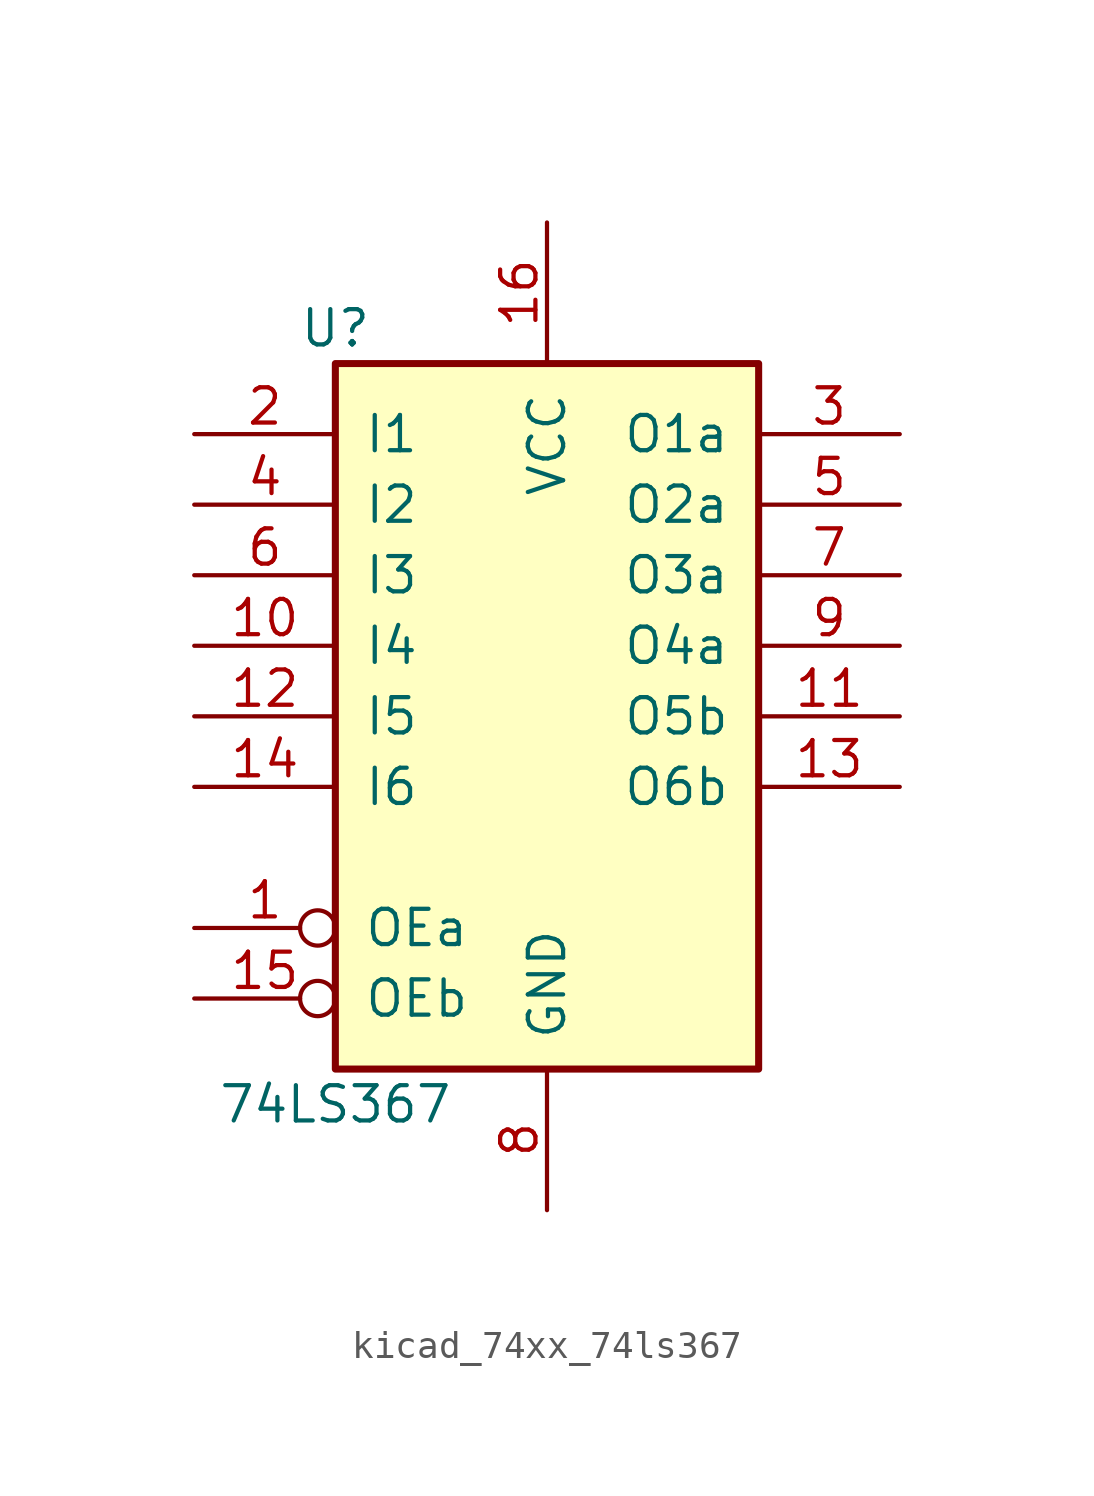
<source format=kicad_sym>
(kicad_symbol_lib
  (version 20220914)
  (generator kicad_symbol_editor)
  (symbol "kicad_74xx_74ls367"
    (pin_names
      (offset 1.016))
    (property "Reference" "U"
      (at -7.62 13.97 0)
      (effects (font (size 1.27 1.27))))
    (property "Value" "74LS367"
      (at -7.62 -13.97 0)
      (effects (font (size 1.27 1.27))))
    (property "ki_locked" ""
      (at 0 0 0)
      (effects (font (size 1.27 1.27))))
    (symbol "kicad_74xx_74ls367_1_0"
      (pin input inverted (at -12.7 -7.62 0) (length 5.08) (name "OEa" (effects (font (size 1.27 1.27)))) (number "1" (effects (font (size 1.27 1.27)))))
      (pin input line (at -12.7 2.54 0) (length 5.08) (name "I4" (effects (font (size 1.27 1.27)))) (number "10" (effects (font (size 1.27 1.27)))))
      (pin tri_state line (at 12.7 0 180) (length 5.08) (name "O5b" (effects (font (size 1.27 1.27)))) (number "11" (effects (font (size 1.27 1.27)))))
      (pin input line (at -12.7 0 0) (length 5.08) (name "I5" (effects (font (size 1.27 1.27)))) (number "12" (effects (font (size 1.27 1.27)))))
      (pin tri_state line (at 12.7 -2.54 180) (length 5.08) (name "O6b" (effects (font (size 1.27 1.27)))) (number "13" (effects (font (size 1.27 1.27)))))
      (pin input line (at -12.7 -2.54 0) (length 5.08) (name "I6" (effects (font (size 1.27 1.27)))) (number "14" (effects (font (size 1.27 1.27)))))
      (pin input inverted (at -12.7 -10.16 0) (length 5.08) (name "OEb" (effects (font (size 1.27 1.27)))) (number "15" (effects (font (size 1.27 1.27)))))
      (pin power_in line (at 0 17.78 270) (length 5.08) (name "VCC" (effects (font (size 1.27 1.27)))) (number "16" (effects (font (size 1.27 1.27)))))
      (pin input line (at -12.7 10.16 0) (length 5.08) (name "I1" (effects (font (size 1.27 1.27)))) (number "2" (effects (font (size 1.27 1.27)))))
      (pin tri_state line (at 12.7 10.16 180) (length 5.08) (name "O1a" (effects (font (size 1.27 1.27)))) (number "3" (effects (font (size 1.27 1.27)))))
      (pin input line (at -12.7 7.62 0) (length 5.08) (name "I2" (effects (font (size 1.27 1.27)))) (number "4" (effects (font (size 1.27 1.27)))))
      (pin tri_state line (at 12.7 7.62 180) (length 5.08) (name "O2a" (effects (font (size 1.27 1.27)))) (number "5" (effects (font (size 1.27 1.27)))))
      (pin input line (at -12.7 5.08 0) (length 5.08) (name "I3" (effects (font (size 1.27 1.27)))) (number "6" (effects (font (size 1.27 1.27)))))
      (pin tri_state line (at 12.7 5.08 180) (length 5.08) (name "O3a" (effects (font (size 1.27 1.27)))) (number "7" (effects (font (size 1.27 1.27)))))
      (pin power_in line (at 0 -17.78 90) (length 5.08) (name "GND" (effects (font (size 1.27 1.27)))) (number "8" (effects (font (size 1.27 1.27)))))
      (pin tri_state line (at 12.7 2.54 180) (length 5.08) (name "O4a" (effects (font (size 1.27 1.27)))) (number "9" (effects (font (size 1.27 1.27))))))
    (symbol "kicad_74xx_74ls367_1_1"
      (rectangle (start -7.62 12.7) (end 7.62 -12.7) (stroke (width 0.254) (type default)) (fill (type background))))))
</source>
